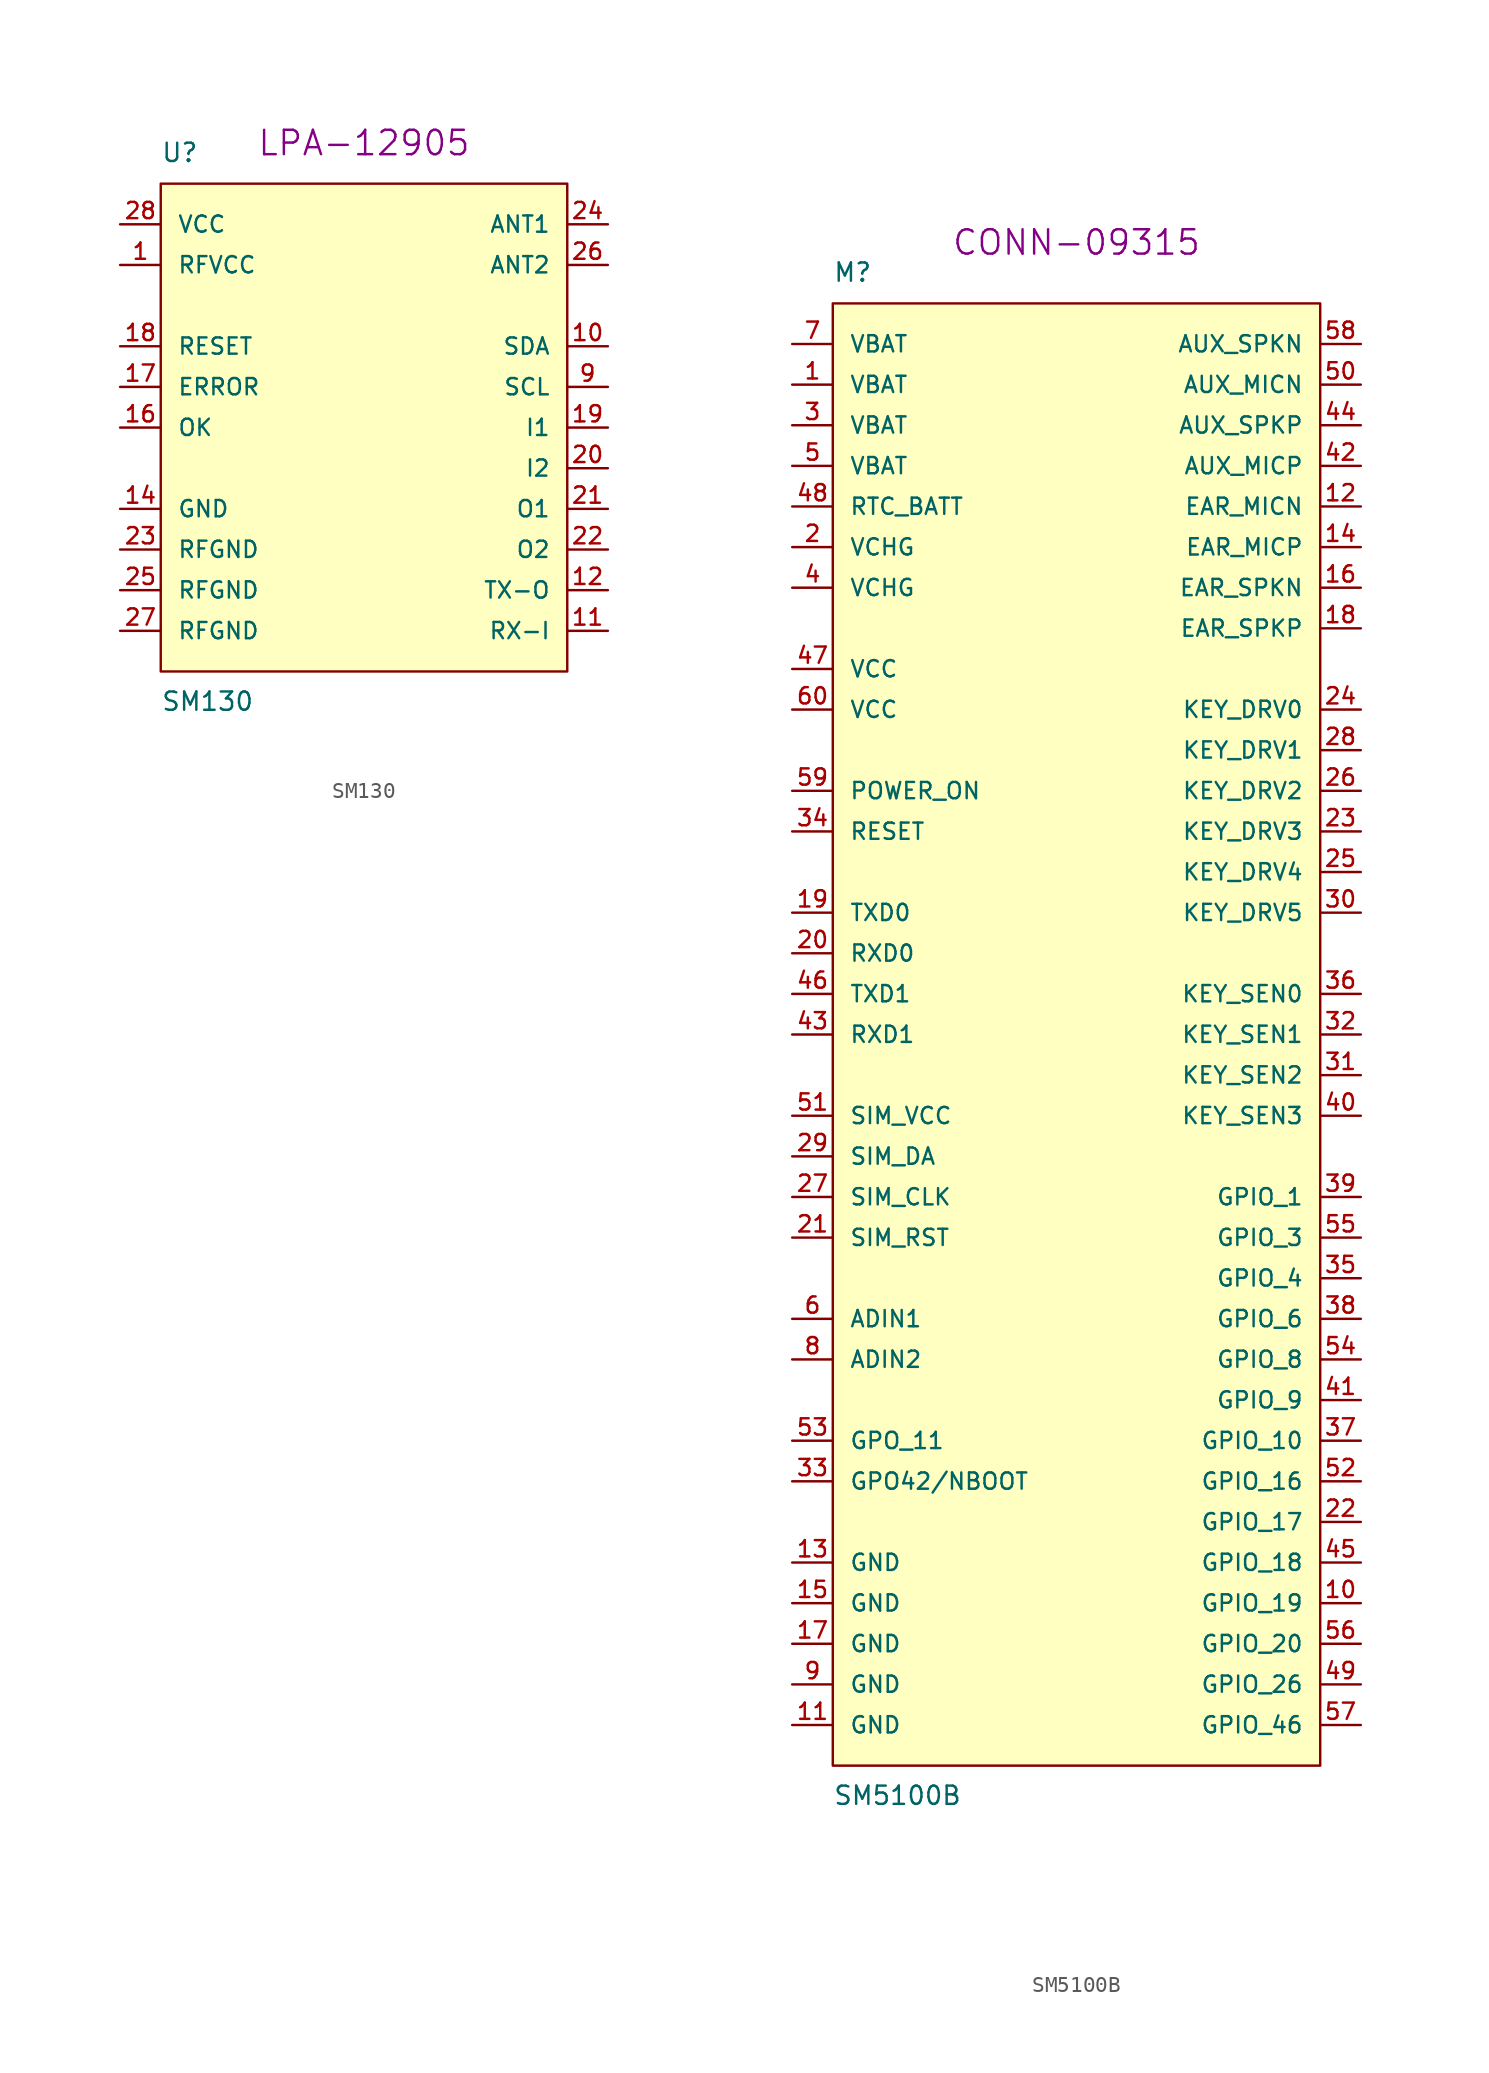
<source format=kicad_sym>
(kicad_symbol_lib
  (version 20220914)
  (generator kicad_symbol_editor)
  (symbol "SM130"
    (pin_names
      (offset 1.016))
    (property "Reference" "U"
      (at -12.7 16.51 0)
      (effects (font (size 1.143 1.143)) (justify left bottom)))
    (property "Value" "SM130"
      (at -12.7 -17.78 0)
      (effects (font (size 1.143 1.143)) (justify left bottom)))
    (property "Field4" "LPA-12905"
      (at 0 17.78 0)
      (effects (font (size 1.524 1.524))))
    (property "ki_locked" ""
      (at 0 0 0)
      (effects (font (size 1.27 1.27))))
    (symbol "SM130_1_1"
      (polyline (pts (xy -12.7 -15.24) (xy 12.7 -15.24) (xy 12.7 15.24) (xy -12.7 15.24) (xy -12.7 -15.24)) (stroke (width 0) (type solid)) (fill (type background)))
      (pin bidirectional line (at -15.24 10.16 0) (length 2.54) (name "RFVCC" (effects (font (size 1.016 1.016)))) (number "1" (effects (font (size 1.016 1.016)))))
      (pin bidirectional line (at 15.24 5.08 180) (length 2.54) (name "SDA" (effects (font (size 1.016 1.016)))) (number "10" (effects (font (size 1.016 1.016)))))
      (pin bidirectional line (at 15.24 -12.7 180) (length 2.54) (name "RX-I" (effects (font (size 1.016 1.016)))) (number "11" (effects (font (size 1.016 1.016)))))
      (pin bidirectional line (at 15.24 -10.16 180) (length 2.54) (name "TX-O" (effects (font (size 1.016 1.016)))) (number "12" (effects (font (size 1.016 1.016)))))
      (pin bidirectional line (at -15.24 -5.08 0) (length 2.54) (name "GND" (effects (font (size 1.016 1.016)))) (number "14" (effects (font (size 1.016 1.016)))))
      (pin bidirectional line (at -15.24 0 0) (length 2.54) (name "OK" (effects (font (size 1.016 1.016)))) (number "16" (effects (font (size 1.016 1.016)))))
      (pin bidirectional line (at -15.24 2.54 0) (length 2.54) (name "ERROR" (effects (font (size 1.016 1.016)))) (number "17" (effects (font (size 1.016 1.016)))))
      (pin bidirectional line (at -15.24 5.08 0) (length 2.54) (name "RESET" (effects (font (size 1.016 1.016)))) (number "18" (effects (font (size 1.016 1.016)))))
      (pin bidirectional line (at 15.24 0 180) (length 2.54) (name "I1" (effects (font (size 1.016 1.016)))) (number "19" (effects (font (size 1.016 1.016)))))
      (pin bidirectional line (at 15.24 -2.54 180) (length 2.54) (name "I2" (effects (font (size 1.016 1.016)))) (number "20" (effects (font (size 1.016 1.016)))))
      (pin bidirectional line (at 15.24 -5.08 180) (length 2.54) (name "O1" (effects (font (size 1.016 1.016)))) (number "21" (effects (font (size 1.016 1.016)))))
      (pin bidirectional line (at 15.24 -7.62 180) (length 2.54) (name "O2" (effects (font (size 1.016 1.016)))) (number "22" (effects (font (size 1.016 1.016)))))
      (pin bidirectional line (at -15.24 -7.62 0) (length 2.54) (name "RFGND" (effects (font (size 1.016 1.016)))) (number "23" (effects (font (size 1.016 1.016)))))
      (pin bidirectional line (at 15.24 12.7 180) (length 2.54) (name "ANT1" (effects (font (size 1.016 1.016)))) (number "24" (effects (font (size 1.016 1.016)))))
      (pin bidirectional line (at -15.24 -10.16 0) (length 2.54) (name "RFGND" (effects (font (size 1.016 1.016)))) (number "25" (effects (font (size 1.016 1.016)))))
      (pin bidirectional line (at 15.24 10.16 180) (length 2.54) (name "ANT2" (effects (font (size 1.016 1.016)))) (number "26" (effects (font (size 1.016 1.016)))))
      (pin bidirectional line (at -15.24 -12.7 0) (length 2.54) (name "RFGND" (effects (font (size 1.016 1.016)))) (number "27" (effects (font (size 1.016 1.016)))))
      (pin bidirectional line (at -15.24 12.7 0) (length 2.54) (name "VCC" (effects (font (size 1.016 1.016)))) (number "28" (effects (font (size 1.016 1.016)))))
      (pin bidirectional line (at 15.24 2.54 180) (length 2.54) (name "SCL" (effects (font (size 1.016 1.016)))) (number "9" (effects (font (size 1.016 1.016)))))))
  (symbol "SM5100B"
    (pin_names
      (offset 1.016))
    (property "Reference" "M"
      (at -15.24 46.99 0)
      (effects (font (size 1.143 1.143)) (justify left bottom)))
    (property "Value" "SM5100B"
      (at -15.24 -48.26 0)
      (effects (font (size 1.143 1.143)) (justify left bottom)))
    (property "Field4" "CONN-09315"
      (at 0 49.53 0)
      (effects (font (size 1.524 1.524))))
    (property "ki_locked" ""
      (at 0 0 0)
      (effects (font (size 1.27 1.27))))
    (symbol "SM5100B_1_1"
      (polyline (pts (xy 15.24 45.72) (xy -15.24 45.72) (xy -15.24 -45.72) (xy 15.24 -45.72) (xy 15.24 45.72)) (stroke (width 0) (type solid)) (fill (type background)))
      (pin bidirectional line (at -17.78 40.64 0) (length 2.54) (name "VBAT" (effects (font (size 1.016 1.016)))) (number "1" (effects (font (size 1.016 1.016)))))
      (pin bidirectional line (at 17.78 -35.56 180) (length 2.54) (name "GPIO_19" (effects (font (size 1.016 1.016)))) (number "10" (effects (font (size 1.016 1.016)))))
      (pin bidirectional line (at -17.78 -43.18 0) (length 2.54) (name "GND" (effects (font (size 1.016 1.016)))) (number "11" (effects (font (size 1.016 1.016)))))
      (pin bidirectional line (at 17.78 33.02 180) (length 2.54) (name "EAR_MICN" (effects (font (size 1.016 1.016)))) (number "12" (effects (font (size 1.016 1.016)))))
      (pin bidirectional line (at -17.78 -33.02 0) (length 2.54) (name "GND" (effects (font (size 1.016 1.016)))) (number "13" (effects (font (size 1.016 1.016)))))
      (pin bidirectional line (at 17.78 30.48 180) (length 2.54) (name "EAR_MICP" (effects (font (size 1.016 1.016)))) (number "14" (effects (font (size 1.016 1.016)))))
      (pin bidirectional line (at -17.78 -35.56 0) (length 2.54) (name "GND" (effects (font (size 1.016 1.016)))) (number "15" (effects (font (size 1.016 1.016)))))
      (pin bidirectional line (at 17.78 27.94 180) (length 2.54) (name "EAR_SPKN" (effects (font (size 1.016 1.016)))) (number "16" (effects (font (size 1.016 1.016)))))
      (pin bidirectional line (at -17.78 -38.1 0) (length 2.54) (name "GND" (effects (font (size 1.016 1.016)))) (number "17" (effects (font (size 1.016 1.016)))))
      (pin bidirectional line (at 17.78 25.4 180) (length 2.54) (name "EAR_SPKP" (effects (font (size 1.016 1.016)))) (number "18" (effects (font (size 1.016 1.016)))))
      (pin bidirectional line (at -17.78 7.62 0) (length 2.54) (name "TXD0" (effects (font (size 1.016 1.016)))) (number "19" (effects (font (size 1.016 1.016)))))
      (pin bidirectional line (at -17.78 30.48 0) (length 2.54) (name "VCHG" (effects (font (size 1.016 1.016)))) (number "2" (effects (font (size 1.016 1.016)))))
      (pin bidirectional line (at -17.78 5.08 0) (length 2.54) (name "RXD0" (effects (font (size 1.016 1.016)))) (number "20" (effects (font (size 1.016 1.016)))))
      (pin bidirectional line (at -17.78 -12.7 0) (length 2.54) (name "SIM_RST" (effects (font (size 1.016 1.016)))) (number "21" (effects (font (size 1.016 1.016)))))
      (pin bidirectional line (at 17.78 -30.48 180) (length 2.54) (name "GPIO_17" (effects (font (size 1.016 1.016)))) (number "22" (effects (font (size 1.016 1.016)))))
      (pin bidirectional line (at 17.78 12.7 180) (length 2.54) (name "KEY_DRV3" (effects (font (size 1.016 1.016)))) (number "23" (effects (font (size 1.016 1.016)))))
      (pin bidirectional line (at 17.78 20.32 180) (length 2.54) (name "KEY_DRV0" (effects (font (size 1.016 1.016)))) (number "24" (effects (font (size 1.016 1.016)))))
      (pin bidirectional line (at 17.78 10.16 180) (length 2.54) (name "KEY_DRV4" (effects (font (size 1.016 1.016)))) (number "25" (effects (font (size 1.016 1.016)))))
      (pin bidirectional line (at 17.78 15.24 180) (length 2.54) (name "KEY_DRV2" (effects (font (size 1.016 1.016)))) (number "26" (effects (font (size 1.016 1.016)))))
      (pin bidirectional line (at -17.78 -10.16 0) (length 2.54) (name "SIM_CLK" (effects (font (size 1.016 1.016)))) (number "27" (effects (font (size 1.016 1.016)))))
      (pin bidirectional line (at 17.78 17.78 180) (length 2.54) (name "KEY_DRV1" (effects (font (size 1.016 1.016)))) (number "28" (effects (font (size 1.016 1.016)))))
      (pin bidirectional line (at -17.78 -7.62 0) (length 2.54) (name "SIM_DA" (effects (font (size 1.016 1.016)))) (number "29" (effects (font (size 1.016 1.016)))))
      (pin bidirectional line (at -17.78 38.1 0) (length 2.54) (name "VBAT" (effects (font (size 1.016 1.016)))) (number "3" (effects (font (size 1.016 1.016)))))
      (pin bidirectional line (at 17.78 7.62 180) (length 2.54) (name "KEY_DRV5" (effects (font (size 1.016 1.016)))) (number "30" (effects (font (size 1.016 1.016)))))
      (pin bidirectional line (at 17.78 -2.54 180) (length 2.54) (name "KEY_SEN2" (effects (font (size 1.016 1.016)))) (number "31" (effects (font (size 1.016 1.016)))))
      (pin bidirectional line (at 17.78 0 180) (length 2.54) (name "KEY_SEN1" (effects (font (size 1.016 1.016)))) (number "32" (effects (font (size 1.016 1.016)))))
      (pin bidirectional line (at -17.78 -27.94 0) (length 2.54) (name "GPO42/NBOOT" (effects (font (size 1.016 1.016)))) (number "33" (effects (font (size 1.016 1.016)))))
      (pin bidirectional line (at -17.78 12.7 0) (length 2.54) (name "RESET" (effects (font (size 1.016 1.016)))) (number "34" (effects (font (size 1.016 1.016)))))
      (pin bidirectional line (at 17.78 -15.24 180) (length 2.54) (name "GPIO_4" (effects (font (size 1.016 1.016)))) (number "35" (effects (font (size 1.016 1.016)))))
      (pin bidirectional line (at 17.78 2.54 180) (length 2.54) (name "KEY_SEN0" (effects (font (size 1.016 1.016)))) (number "36" (effects (font (size 1.016 1.016)))))
      (pin bidirectional line (at 17.78 -25.4 180) (length 2.54) (name "GPIO_10" (effects (font (size 1.016 1.016)))) (number "37" (effects (font (size 1.016 1.016)))))
      (pin bidirectional line (at 17.78 -17.78 180) (length 2.54) (name "GPIO_6" (effects (font (size 1.016 1.016)))) (number "38" (effects (font (size 1.016 1.016)))))
      (pin bidirectional line (at 17.78 -10.16 180) (length 2.54) (name "GPIO_1" (effects (font (size 1.016 1.016)))) (number "39" (effects (font (size 1.016 1.016)))))
      (pin bidirectional line (at -17.78 27.94 0) (length 2.54) (name "VCHG" (effects (font (size 1.016 1.016)))) (number "4" (effects (font (size 1.016 1.016)))))
      (pin bidirectional line (at 17.78 -5.08 180) (length 2.54) (name "KEY_SEN3" (effects (font (size 1.016 1.016)))) (number "40" (effects (font (size 1.016 1.016)))))
      (pin bidirectional line (at 17.78 -22.86 180) (length 2.54) (name "GPIO_9" (effects (font (size 1.016 1.016)))) (number "41" (effects (font (size 1.016 1.016)))))
      (pin bidirectional line (at 17.78 35.56 180) (length 2.54) (name "AUX_MICP" (effects (font (size 1.016 1.016)))) (number "42" (effects (font (size 1.016 1.016)))))
      (pin bidirectional line (at -17.78 0 0) (length 2.54) (name "RXD1" (effects (font (size 1.016 1.016)))) (number "43" (effects (font (size 1.016 1.016)))))
      (pin bidirectional line (at 17.78 38.1 180) (length 2.54) (name "AUX_SPKP" (effects (font (size 1.016 1.016)))) (number "44" (effects (font (size 1.016 1.016)))))
      (pin bidirectional line (at 17.78 -33.02 180) (length 2.54) (name "GPIO_18" (effects (font (size 1.016 1.016)))) (number "45" (effects (font (size 1.016 1.016)))))
      (pin bidirectional line (at -17.78 2.54 0) (length 2.54) (name "TXD1" (effects (font (size 1.016 1.016)))) (number "46" (effects (font (size 1.016 1.016)))))
      (pin bidirectional line (at -17.78 22.86 0) (length 2.54) (name "VCC" (effects (font (size 1.016 1.016)))) (number "47" (effects (font (size 1.016 1.016)))))
      (pin bidirectional line (at -17.78 33.02 0) (length 2.54) (name "RTC_BATT" (effects (font (size 1.016 1.016)))) (number "48" (effects (font (size 1.016 1.016)))))
      (pin bidirectional line (at 17.78 -40.64 180) (length 2.54) (name "GPIO_26" (effects (font (size 1.016 1.016)))) (number "49" (effects (font (size 1.016 1.016)))))
      (pin bidirectional line (at -17.78 35.56 0) (length 2.54) (name "VBAT" (effects (font (size 1.016 1.016)))) (number "5" (effects (font (size 1.016 1.016)))))
      (pin bidirectional line (at 17.78 40.64 180) (length 2.54) (name "AUX_MICN" (effects (font (size 1.016 1.016)))) (number "50" (effects (font (size 1.016 1.016)))))
      (pin bidirectional line (at -17.78 -5.08 0) (length 2.54) (name "SIM_VCC" (effects (font (size 1.016 1.016)))) (number "51" (effects (font (size 1.016 1.016)))))
      (pin bidirectional line (at 17.78 -27.94 180) (length 2.54) (name "GPIO_16" (effects (font (size 1.016 1.016)))) (number "52" (effects (font (size 1.016 1.016)))))
      (pin bidirectional line (at -17.78 -25.4 0) (length 2.54) (name "GPO_11" (effects (font (size 1.016 1.016)))) (number "53" (effects (font (size 1.016 1.016)))))
      (pin bidirectional line (at 17.78 -20.32 180) (length 2.54) (name "GPIO_8" (effects (font (size 1.016 1.016)))) (number "54" (effects (font (size 1.016 1.016)))))
      (pin bidirectional line (at 17.78 -12.7 180) (length 2.54) (name "GPIO_3" (effects (font (size 1.016 1.016)))) (number "55" (effects (font (size 1.016 1.016)))))
      (pin bidirectional line (at 17.78 -38.1 180) (length 2.54) (name "GPIO_20" (effects (font (size 1.016 1.016)))) (number "56" (effects (font (size 1.016 1.016)))))
      (pin bidirectional line (at 17.78 -43.18 180) (length 2.54) (name "GPIO_46" (effects (font (size 1.016 1.016)))) (number "57" (effects (font (size 1.016 1.016)))))
      (pin bidirectional line (at 17.78 43.18 180) (length 2.54) (name "AUX_SPKN" (effects (font (size 1.016 1.016)))) (number "58" (effects (font (size 1.016 1.016)))))
      (pin bidirectional line (at -17.78 15.24 0) (length 2.54) (name "POWER_ON" (effects (font (size 1.016 1.016)))) (number "59" (effects (font (size 1.016 1.016)))))
      (pin bidirectional line (at -17.78 -17.78 0) (length 2.54) (name "ADIN1" (effects (font (size 1.016 1.016)))) (number "6" (effects (font (size 1.016 1.016)))))
      (pin bidirectional line (at -17.78 20.32 0) (length 2.54) (name "VCC" (effects (font (size 1.016 1.016)))) (number "60" (effects (font (size 1.016 1.016)))))
      (pin bidirectional line (at -17.78 43.18 0) (length 2.54) (name "VBAT" (effects (font (size 1.016 1.016)))) (number "7" (effects (font (size 1.016 1.016)))))
      (pin bidirectional line (at -17.78 -20.32 0) (length 2.54) (name "ADIN2" (effects (font (size 1.016 1.016)))) (number "8" (effects (font (size 1.016 1.016)))))
      (pin bidirectional line (at -17.78 -40.64 0) (length 2.54) (name "GND" (effects (font (size 1.016 1.016)))) (number "9" (effects (font (size 1.016 1.016))))))))
</source>
